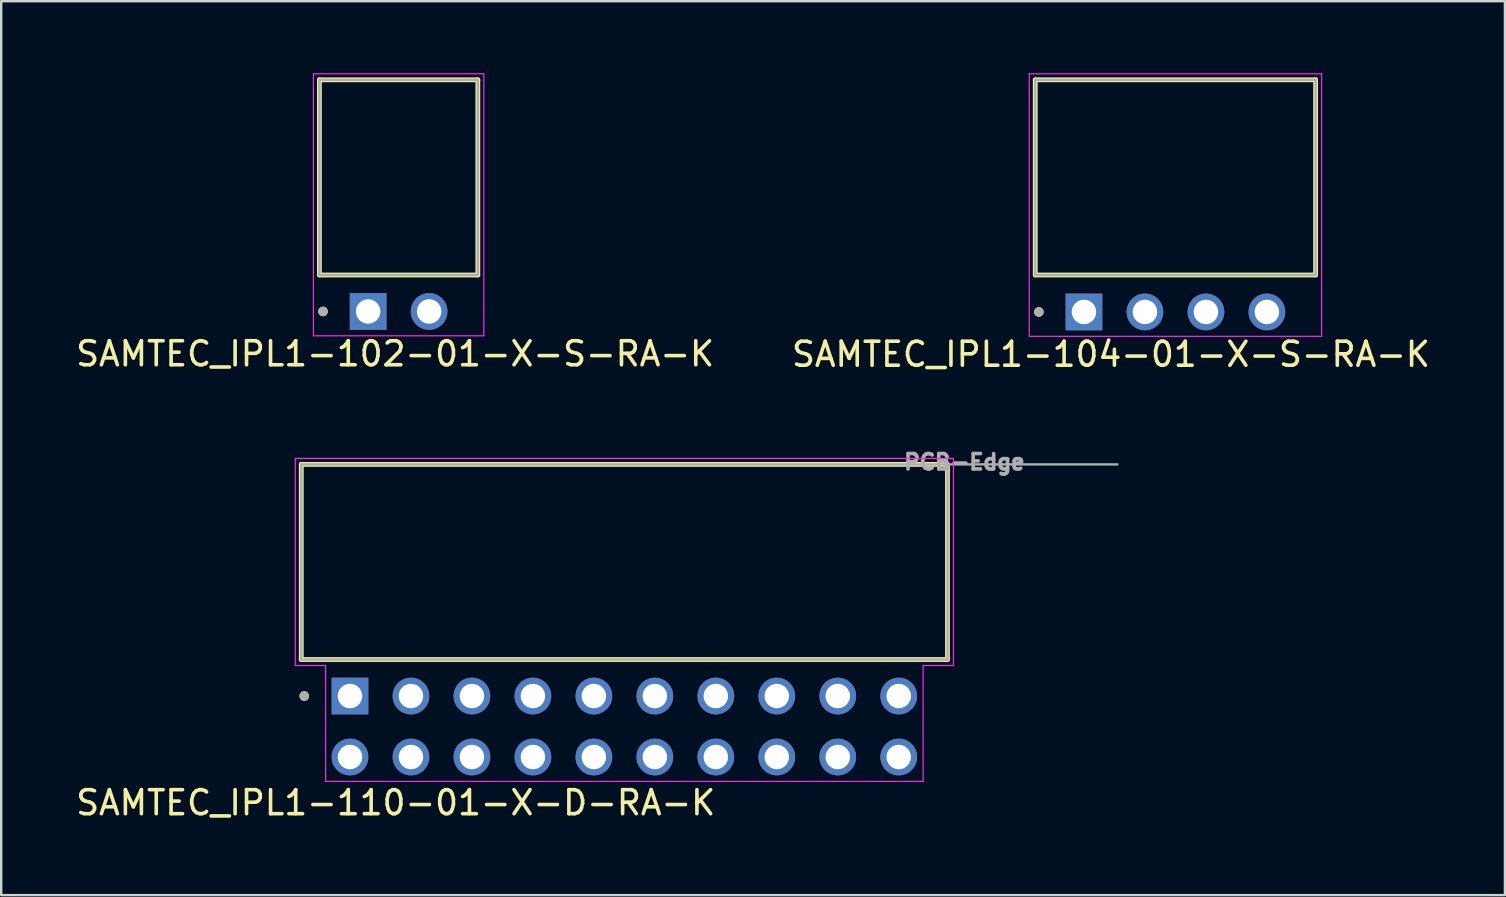
<source format=kicad_pcb>
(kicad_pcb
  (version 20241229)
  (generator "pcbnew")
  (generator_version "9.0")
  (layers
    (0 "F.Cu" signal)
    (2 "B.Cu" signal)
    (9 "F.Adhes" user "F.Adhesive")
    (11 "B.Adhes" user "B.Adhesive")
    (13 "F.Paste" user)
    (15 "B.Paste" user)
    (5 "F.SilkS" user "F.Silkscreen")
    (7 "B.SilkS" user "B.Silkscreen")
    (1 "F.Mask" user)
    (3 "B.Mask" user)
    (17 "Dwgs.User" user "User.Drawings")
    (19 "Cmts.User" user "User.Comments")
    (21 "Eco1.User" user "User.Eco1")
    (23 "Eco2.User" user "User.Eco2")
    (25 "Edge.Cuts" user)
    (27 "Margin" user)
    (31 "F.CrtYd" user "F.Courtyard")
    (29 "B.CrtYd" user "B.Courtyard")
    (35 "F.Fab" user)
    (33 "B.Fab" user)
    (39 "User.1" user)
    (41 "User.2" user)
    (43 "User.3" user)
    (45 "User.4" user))
  (footprint "SAMTEC_IPL1-102-01-X-S-RA-K"
    (layer "F.Cu")
    (at 13.556 9.925)
    (property "Reference" "SAMTEC_IPL1-102-01-X-S-RA-K" (at -0.145 1.765 0) (layer "F.SilkS") (effects (font (size 1 1) (thickness 0.15))))
    (attr through_hole)
    (fp_line (start -3.3 -9.65) (end -3.3 -1.52) (stroke (width 0.2) (type solid)) (layer "F.SilkS"))
    (fp_line (start -3.3 -1.52) (end 3.3 -1.52) (stroke (width 0.2) (type solid)) (layer "F.SilkS"))
    (fp_line (start 3.3 -9.65) (end -3.3 -9.65) (stroke (width 0.2) (type solid)) (layer "F.SilkS"))
    (fp_line (start 3.3 -1.52) (end 3.3 -9.65) (stroke (width 0.2) (type solid)) (layer "F.SilkS"))
    (fp_circle (center -3.15 0) (end -3.05 0) (stroke (width 0.2) (type solid)) (fill no) (layer "F.SilkS"))
    (fp_line (start -3.55 -9.9) (end 3.55 -9.9) (stroke (width 0.05) (type solid)) (layer "F.CrtYd"))
    (fp_line (start -3.55 1.015) (end -3.55 -9.9) (stroke (width 0.05) (type solid)) (layer "F.CrtYd"))
    (fp_line (start 3.55 -9.9) (end 3.55 1.015) (stroke (width 0.05) (type solid)) (layer "F.CrtYd"))
    (fp_line (start 3.55 1.015) (end -3.55 1.015) (stroke (width 0.05) (type solid)) (layer "F.CrtYd"))
    (fp_line (start -3.3 -9.65) (end -3.3 -1.52) (stroke (width 0.1) (type solid)) (layer "F.Fab"))
    (fp_line (start -3.3 -1.52) (end 3.3 -1.52) (stroke (width 0.1) (type solid)) (layer "F.Fab"))
    (fp_line (start 3.3 -9.65) (end -3.3 -9.65) (stroke (width 0.1) (type solid)) (layer "F.Fab"))
    (fp_line (start 3.3 -1.52) (end 3.3 -9.65) (stroke (width 0.1) (type solid)) (layer "F.Fab"))
    (fp_circle (center -3.15 0) (end -3.05 0) (stroke (width 0.2) (type solid)) (fill no) (layer "F.Fab"))
    (pad "1" thru_hole rect (at -1.27 0) (size 1.53 1.53) (drill 1.02) (layers "*.Cu" "*.Mask"))
    (pad "2" thru_hole circle (at 1.27 0) (size 1.53 1.53) (drill 1.02) (layers "*.Cu" "*.Mask")))
  (footprint "SAMTEC_IPL1-110-01-X-D-RA-K"
    (layer "F.Cu")
    (at 22.96 27.216)
    (property "Reference" "SAMTEC_IPL1-110-01-X-D-RA-K" (at -9.525 3.175 0) (layer "F.SilkS") (effects (font (size 1 1) (thickness 0.15))))
    (attr through_hole)
    (fp_line (start -13.46 -10.92) (end -13.46 -2.79) (stroke (width 0.2) (type solid)) (layer "F.SilkS"))
    (fp_line (start -13.46 -2.79) (end 13.46 -2.79) (stroke (width 0.2) (type solid)) (layer "F.SilkS"))
    (fp_line (start 13.46 -10.92) (end -13.46 -10.92) (stroke (width 0.2) (type solid)) (layer "F.SilkS"))
    (fp_line (start 13.46 -2.79) (end 13.46 -10.92) (stroke (width 0.2) (type solid)) (layer "F.SilkS"))
    (fp_circle (center -13.335 -1.27) (end -13.235 -1.27) (stroke (width 0.2) (type solid)) (fill no) (layer "F.SilkS"))
    (fp_line (start -13.71 -11.17) (end -13.71 -2.54) (stroke (width 0.05) (type solid)) (layer "F.CrtYd"))
    (fp_line (start -13.71 -2.54) (end -12.445 -2.54) (stroke (width 0.05) (type solid)) (layer "F.CrtYd"))
    (fp_line (start -12.445 -2.54) (end -12.445 2.285) (stroke (width 0.05) (type solid)) (layer "F.CrtYd"))
    (fp_line (start -12.445 2.285) (end 12.445 2.285) (stroke (width 0.05) (type solid)) (layer "F.CrtYd"))
    (fp_line (start 12.445 -2.54) (end 13.71 -2.54) (stroke (width 0.05) (type solid)) (layer "F.CrtYd"))
    (fp_line (start 12.445 2.285) (end 12.445 -2.54) (stroke (width 0.05) (type solid)) (layer "F.CrtYd"))
    (fp_line (start 13.71 -11.17) (end -13.71 -11.17) (stroke (width 0.05) (type solid)) (layer "F.CrtYd"))
    (fp_line (start 13.71 -2.54) (end 13.71 -11.17) (stroke (width 0.05) (type solid)) (layer "F.CrtYd"))
    (fp_line (start -13.46 -10.92) (end -13.46 -2.79) (stroke (width 0.1) (type solid)) (layer "F.Fab"))
    (fp_line (start -13.46 -2.79) (end 13.46 -2.79) (stroke (width 0.1) (type solid)) (layer "F.Fab"))
    (fp_line (start 13.46 -10.92) (end -13.46 -10.92) (stroke (width 0.1) (type solid)) (layer "F.Fab"))
    (fp_line (start 13.46 -2.79) (end 13.46 -10.92) (stroke (width 0.1) (type solid)) (layer "F.Fab"))
    (fp_line (start 20.54 -10.92) (end 13.46 -10.92) (stroke (width 0.1) (type solid)) (layer "F.Fab"))
    (fp_circle (center -13.335 -1.27) (end -13.235 -1.27) (stroke (width 0.2) (type solid)) (fill no) (layer "F.Fab"))
    (fp_text user "PCB-Edge" (at 14.165 -11.02 0) (layer "F.Fab") (effects (font (size 0.64 0.64) (thickness 0.15))))
    (pad "1" thru_hole rect (at -11.43 -1.27) (size 1.53 1.53) (drill 1.02) (layers "*.Cu" "*.Mask"))
    (pad "2" thru_hole circle (at -8.89 -1.27) (size 1.53 1.53) (drill 1.02) (layers "*.Cu" "*.Mask"))
    (pad "3" thru_hole circle (at -6.35 -1.27) (size 1.53 1.53) (drill 1.02) (layers "*.Cu" "*.Mask"))
    (pad "4" thru_hole circle (at -3.81 -1.27) (size 1.53 1.53) (drill 1.02) (layers "*.Cu" "*.Mask"))
    (pad "5" thru_hole circle (at -1.27 -1.27) (size 1.53 1.53) (drill 1.02) (layers "*.Cu" "*.Mask"))
    (pad "6" thru_hole circle (at 1.27 -1.27) (size 1.53 1.53) (drill 1.02) (layers "*.Cu" "*.Mask"))
    (pad "7" thru_hole circle (at 3.81 -1.27) (size 1.53 1.53) (drill 1.02) (layers "*.Cu" "*.Mask"))
    (pad "8" thru_hole circle (at 6.35 -1.27) (size 1.53 1.53) (drill 1.02) (layers "*.Cu" "*.Mask"))
    (pad "9" thru_hole circle (at 8.89 -1.27) (size 1.53 1.53) (drill 1.02) (layers "*.Cu" "*.Mask"))
    (pad "10" thru_hole circle (at 11.43 -1.27) (size 1.53 1.53) (drill 1.02) (layers "*.Cu" "*.Mask"))
    (pad "11" thru_hole circle (at -11.43 1.27) (size 1.53 1.53) (drill 1.02) (layers "*.Cu" "*.Mask"))
    (pad "12" thru_hole circle (at -8.89 1.27) (size 1.53 1.53) (drill 1.02) (layers "*.Cu" "*.Mask"))
    (pad "13" thru_hole circle (at -6.35 1.27) (size 1.53 1.53) (drill 1.02) (layers "*.Cu" "*.Mask"))
    (pad "14" thru_hole circle (at -3.81 1.27) (size 1.53 1.53) (drill 1.02) (layers "*.Cu" "*.Mask"))
    (pad "15" thru_hole circle (at -1.27 1.27) (size 1.53 1.53) (drill 1.02) (layers "*.Cu" "*.Mask"))
    (pad "16" thru_hole circle (at 1.27 1.27) (size 1.53 1.53) (drill 1.02) (layers "*.Cu" "*.Mask"))
    (pad "17" thru_hole circle (at 3.81 1.27) (size 1.53 1.53) (drill 1.02) (layers "*.Cu" "*.Mask"))
    (pad "18" thru_hole circle (at 6.35 1.27) (size 1.53 1.53) (drill 1.02) (layers "*.Cu" "*.Mask"))
    (pad "19" thru_hole circle (at 8.89 1.27) (size 1.53 1.53) (drill 1.02) (layers "*.Cu" "*.Mask"))
    (pad "20" thru_hole circle (at 11.43 1.27) (size 1.53 1.53) (drill 1.02) (layers "*.Cu" "*.Mask")))
  (footprint "SAMTEC_IPL1-104-01-X-S-RA-K"
    (layer "F.Cu")
    (at 45.917 9.945)
    (property "Reference" "SAMTEC_IPL1-104-01-X-S-RA-K" (at -2.685 1.765 0) (layer "F.SilkS") (effects (font (size 1 1) (thickness 0.15))))
    (attr through_hole)
    (fp_line (start -5.84 -9.67) (end -5.84 -1.54) (stroke (width 0.2) (type solid)) (layer "F.SilkS"))
    (fp_line (start -5.84 -1.54) (end 5.84 -1.54) (stroke (width 0.2) (type solid)) (layer "F.SilkS"))
    (fp_line (start 5.84 -9.67) (end -5.84 -9.67) (stroke (width 0.2) (type solid)) (layer "F.SilkS"))
    (fp_line (start 5.84 -1.54) (end 5.84 -9.67) (stroke (width 0.2) (type solid)) (layer "F.SilkS"))
    (fp_circle (center -5.69 0) (end -5.59 0) (stroke (width 0.2) (type solid)) (fill no) (layer "F.SilkS"))
    (fp_line (start -6.09 -9.92) (end 6.09 -9.92) (stroke (width 0.05) (type solid)) (layer "F.CrtYd"))
    (fp_line (start -6.09 1.015) (end -6.09 -9.92) (stroke (width 0.05) (type solid)) (layer "F.CrtYd"))
    (fp_line (start 6.09 -9.92) (end 6.09 1.015) (stroke (width 0.05) (type solid)) (layer "F.CrtYd"))
    (fp_line (start 6.09 1.015) (end -6.09 1.015) (stroke (width 0.05) (type solid)) (layer "F.CrtYd"))
    (fp_line (start -5.84 -9.67) (end -5.84 -1.54) (stroke (width 0.1) (type solid)) (layer "F.Fab"))
    (fp_line (start -5.84 -1.54) (end 5.84 -1.54) (stroke (width 0.1) (type solid)) (layer "F.Fab"))
    (fp_line (start 5.84 -9.67) (end -5.84 -9.67) (stroke (width 0.1) (type solid)) (layer "F.Fab"))
    (fp_line (start 5.84 -1.54) (end 5.84 -9.67) (stroke (width 0.1) (type solid)) (layer "F.Fab"))
    (fp_circle (center -5.69 0) (end -5.59 0) (stroke (width 0.2) (type solid)) (fill no) (layer "F.Fab"))
    (pad "1" thru_hole rect (at -3.81 0) (size 1.53 1.53) (drill 1.02) (layers "*.Cu" "*.Mask"))
    (pad "2" thru_hole circle (at -1.27 0) (size 1.53 1.53) (drill 1.02) (layers "*.Cu" "*.Mask"))
    (pad "3" thru_hole circle (at 1.27 0) (size 1.53 1.53) (drill 1.02) (layers "*.Cu" "*.Mask"))
    (pad "4" thru_hole circle (at 3.81 0) (size 1.53 1.53) (drill 1.02) (layers "*.Cu" "*.Mask")))
  (gr_rect
    (start -3 -3)
    (end 59.643 34.239)
    (stroke (width 0.1) (type default))
    (fill no)
    (layer "Edge.Cuts")))
</source>
